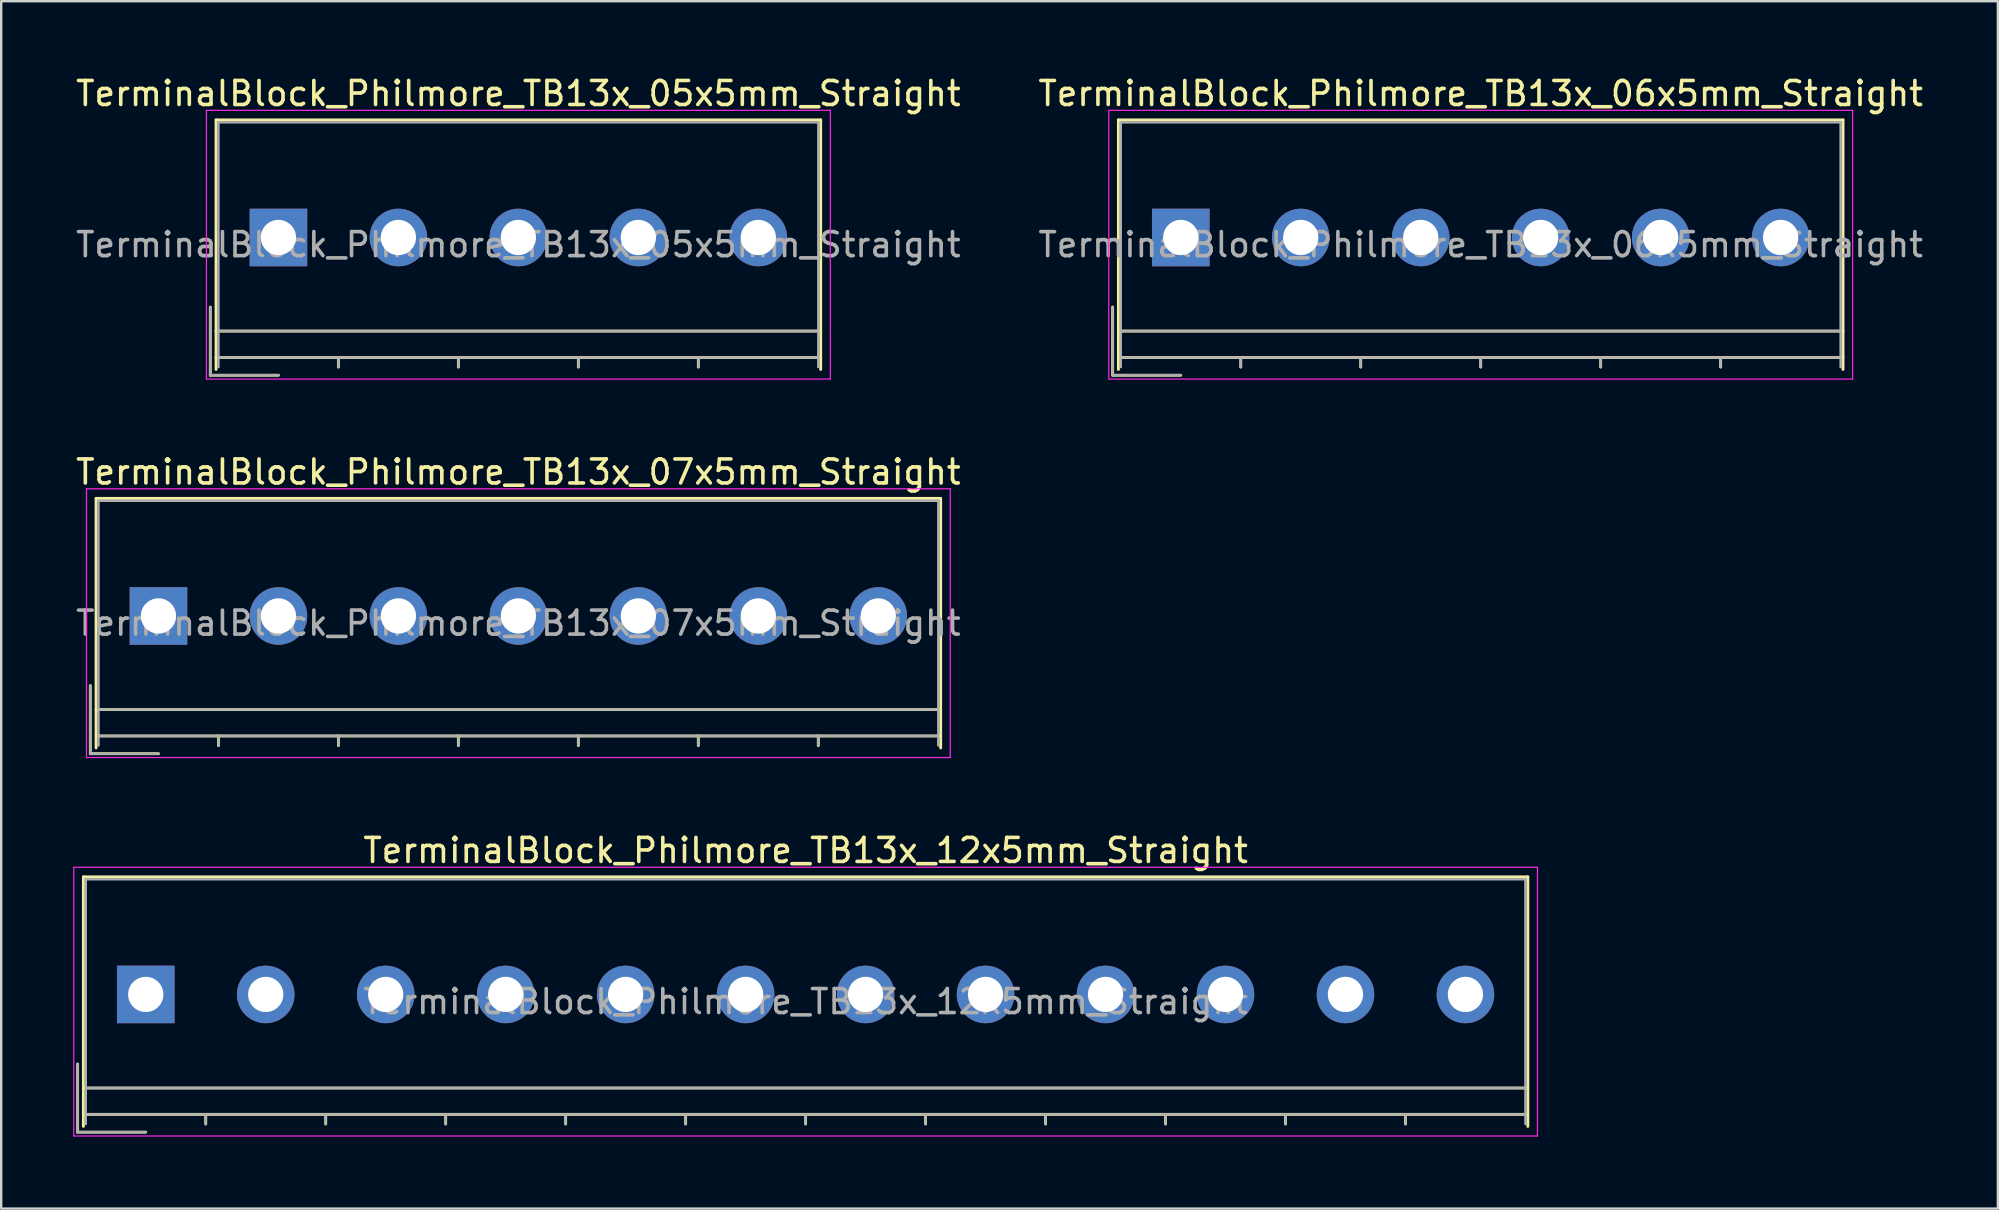
<source format=kicad_pcb>
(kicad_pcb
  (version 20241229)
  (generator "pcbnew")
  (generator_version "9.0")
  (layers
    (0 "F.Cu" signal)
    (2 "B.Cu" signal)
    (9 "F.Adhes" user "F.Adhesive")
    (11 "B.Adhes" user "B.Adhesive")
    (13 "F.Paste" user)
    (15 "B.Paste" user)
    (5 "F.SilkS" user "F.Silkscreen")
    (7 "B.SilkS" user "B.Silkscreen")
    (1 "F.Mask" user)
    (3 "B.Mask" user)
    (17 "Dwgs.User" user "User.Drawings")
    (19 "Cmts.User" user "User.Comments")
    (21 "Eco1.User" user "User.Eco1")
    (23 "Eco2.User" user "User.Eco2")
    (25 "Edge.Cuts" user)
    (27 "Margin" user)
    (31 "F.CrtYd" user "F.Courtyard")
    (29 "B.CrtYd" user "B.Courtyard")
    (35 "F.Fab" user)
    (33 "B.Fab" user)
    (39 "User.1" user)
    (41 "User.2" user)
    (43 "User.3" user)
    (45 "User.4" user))
  (footprint "TerminalBlock_Philmore_TB13x_05x5mm_Straight"
    (layer "F.Cu")
    (at 8.554 6.848)
    (property "Reference" "TerminalBlock_Philmore_TB13x_05x5mm_Straight" (at 10 -6 0) (layer "F.SilkS") (effects (font (size 1 1) (thickness 0.15))))
    (attr through_hole)
    (fp_line (start -2.84 2.9) (end -2.84 5.74) (stroke (width 0.12) (type solid)) (layer "F.SilkS"))
    (fp_line (start -2.84 5.74) (end 0 5.74) (stroke (width 0.12) (type solid)) (layer "F.SilkS"))
    (fp_line (start -2.6 -4.9) (end 22.6 -4.9) (stroke (width 0.12) (type solid)) (layer "F.SilkS"))
    (fp_line (start -2.6 3.9) (end 22.6 3.9) (stroke (width 0.12) (type solid)) (layer "F.SilkS"))
    (fp_line (start -2.6 5) (end 22.6 5) (stroke (width 0.12) (type solid)) (layer "F.SilkS"))
    (fp_line (start -2.6 5.5) (end -2.6 -4.9) (stroke (width 0.12) (type solid)) (layer "F.SilkS"))
    (fp_line (start 2.5 5) (end 2.5 5.4) (stroke (width 0.12) (type solid)) (layer "F.SilkS"))
    (fp_line (start 7.5 5) (end 7.5 5.4) (stroke (width 0.12) (type solid)) (layer "F.SilkS"))
    (fp_line (start 12.5 5) (end 12.5 5.4) (stroke (width 0.12) (type solid)) (layer "F.SilkS"))
    (fp_line (start 17.5 5) (end 17.5 5.4) (stroke (width 0.12) (type solid)) (layer "F.SilkS"))
    (fp_line (start 22.6 -4.9) (end 22.6 5.5) (stroke (width 0.12) (type solid)) (layer "F.SilkS"))
    (fp_line (start -3 -5.3) (end -3 5.9) (stroke (width 0.05) (type solid)) (layer "F.CrtYd"))
    (fp_line (start -3 5.9) (end 23 5.9) (stroke (width 0.05) (type solid)) (layer "F.CrtYd"))
    (fp_line (start 23 -5.3) (end -3 -5.3) (stroke (width 0.05) (type solid)) (layer "F.CrtYd"))
    (fp_line (start 23 5.9) (end 23 -5.3) (stroke (width 0.05) (type solid)) (layer "F.CrtYd"))
    (fp_line (start -2.84 2.9) (end -2.84 5.74) (stroke (width 0.1) (type solid)) (layer "F.Fab"))
    (fp_line (start -2.84 5.74) (end 0 5.74) (stroke (width 0.1) (type solid)) (layer "F.Fab"))
    (fp_line (start -2.5 -4.8) (end 22.5 -4.8) (stroke (width 0.1) (type solid)) (layer "F.Fab"))
    (fp_line (start -2.5 3.9) (end 22.5 3.9) (stroke (width 0.1) (type solid)) (layer "F.Fab"))
    (fp_line (start -2.5 5) (end 22.5 5) (stroke (width 0.1) (type solid)) (layer "F.Fab"))
    (fp_line (start -2.5 5.4) (end -2.5 -4.8) (stroke (width 0.1) (type solid)) (layer "F.Fab"))
    (fp_line (start 2.5 5) (end 2.5 5.4) (stroke (width 0.1) (type solid)) (layer "F.Fab"))
    (fp_line (start 7.5 5) (end 7.5 5.4) (stroke (width 0.1) (type solid)) (layer "F.Fab"))
    (fp_line (start 12.5 5) (end 12.5 5.4) (stroke (width 0.1) (type solid)) (layer "F.Fab"))
    (fp_line (start 17.5 5) (end 17.5 5.4) (stroke (width 0.1) (type solid)) (layer "F.Fab"))
    (fp_line (start 22.5 -4.8) (end 22.5 5.4) (stroke (width 0.1) (type solid)) (layer "F.Fab"))
    (fp_text user "${REFERENCE}" (at 10 0.3 0) (layer "F.Fab") (effects (font (size 1 1) (thickness 0.15))))
    (pad "1" thru_hole rect (at 0 0) (size 2.4 2.4) (drill 1.47) (layers "*.Cu" "*.Mask"))
    (pad "2" thru_hole circle (at 5 0) (size 2.4 2.4) (drill 1.47) (layers "*.Cu" "*.Mask"))
    (pad "3" thru_hole circle (at 10 0) (size 2.4 2.4) (drill 1.47) (layers "*.Cu" "*.Mask"))
    (pad "4" thru_hole circle (at 15 0) (size 2.4 2.4) (drill 1.47) (layers "*.Cu" "*.Mask"))
    (pad "5" thru_hole circle (at 20 0) (size 2.4 2.4) (drill 1.47) (layers "*.Cu" "*.Mask")))
  (footprint "TerminalBlock_Philmore_TB13x_07x5mm_Straight"
    (layer "F.Cu")
    (at 3.554 22.622)
    (property "Reference" "TerminalBlock_Philmore_TB13x_07x5mm_Straight" (at 15 -6 0) (layer "F.SilkS") (effects (font (size 1 1) (thickness 0.15))))
    (attr through_hole)
    (fp_line (start -2.84 2.9) (end -2.84 5.74) (stroke (width 0.12) (type solid)) (layer "F.SilkS"))
    (fp_line (start -2.84 5.74) (end 0 5.74) (stroke (width 0.12) (type solid)) (layer "F.SilkS"))
    (fp_line (start -2.6 -4.9) (end 32.6 -4.9) (stroke (width 0.12) (type solid)) (layer "F.SilkS"))
    (fp_line (start -2.6 3.9) (end 32.6 3.9) (stroke (width 0.12) (type solid)) (layer "F.SilkS"))
    (fp_line (start -2.6 5) (end 32.6 5) (stroke (width 0.12) (type solid)) (layer "F.SilkS"))
    (fp_line (start -2.6 5.5) (end -2.6 -4.9) (stroke (width 0.12) (type solid)) (layer "F.SilkS"))
    (fp_line (start 2.5 5) (end 2.5 5.4) (stroke (width 0.12) (type solid)) (layer "F.SilkS"))
    (fp_line (start 7.5 5) (end 7.5 5.4) (stroke (width 0.12) (type solid)) (layer "F.SilkS"))
    (fp_line (start 12.5 5) (end 12.5 5.4) (stroke (width 0.12) (type solid)) (layer "F.SilkS"))
    (fp_line (start 17.5 5) (end 17.5 5.4) (stroke (width 0.12) (type solid)) (layer "F.SilkS"))
    (fp_line (start 22.5 5) (end 22.5 5.4) (stroke (width 0.12) (type solid)) (layer "F.SilkS"))
    (fp_line (start 27.5 5) (end 27.5 5.4) (stroke (width 0.12) (type solid)) (layer "F.SilkS"))
    (fp_line (start 32.6 -4.9) (end 32.6 5.5) (stroke (width 0.12) (type solid)) (layer "F.SilkS"))
    (fp_line (start -3 -5.3) (end -3 5.9) (stroke (width 0.05) (type solid)) (layer "F.CrtYd"))
    (fp_line (start -3 5.9) (end 33 5.9) (stroke (width 0.05) (type solid)) (layer "F.CrtYd"))
    (fp_line (start 33 -5.3) (end -3 -5.3) (stroke (width 0.05) (type solid)) (layer "F.CrtYd"))
    (fp_line (start 33 5.9) (end 33 -5.3) (stroke (width 0.05) (type solid)) (layer "F.CrtYd"))
    (fp_line (start -2.84 2.9) (end -2.84 5.74) (stroke (width 0.1) (type solid)) (layer "F.Fab"))
    (fp_line (start -2.84 5.74) (end 0 5.74) (stroke (width 0.1) (type solid)) (layer "F.Fab"))
    (fp_line (start -2.5 -4.8) (end 32.5 -4.8) (stroke (width 0.1) (type solid)) (layer "F.Fab"))
    (fp_line (start -2.5 3.9) (end 32.5 3.9) (stroke (width 0.1) (type solid)) (layer "F.Fab"))
    (fp_line (start -2.5 5) (end 32.5 5) (stroke (width 0.1) (type solid)) (layer "F.Fab"))
    (fp_line (start -2.5 5.4) (end -2.5 -4.8) (stroke (width 0.1) (type solid)) (layer "F.Fab"))
    (fp_line (start 2.5 5) (end 2.5 5.4) (stroke (width 0.1) (type solid)) (layer "F.Fab"))
    (fp_line (start 7.5 5) (end 7.5 5.4) (stroke (width 0.1) (type solid)) (layer "F.Fab"))
    (fp_line (start 12.5 5) (end 12.5 5.4) (stroke (width 0.1) (type solid)) (layer "F.Fab"))
    (fp_line (start 17.5 5) (end 17.5 5.4) (stroke (width 0.1) (type solid)) (layer "F.Fab"))
    (fp_line (start 22.5 5) (end 22.5 5.4) (stroke (width 0.1) (type solid)) (layer "F.Fab"))
    (fp_line (start 27.5 5) (end 27.5 5.4) (stroke (width 0.1) (type solid)) (layer "F.Fab"))
    (fp_line (start 32.5 -4.8) (end 32.5 5.4) (stroke (width 0.1) (type solid)) (layer "F.Fab"))
    (fp_text user "${REFERENCE}" (at 15 0.3 0) (layer "F.Fab") (effects (font (size 1 1) (thickness 0.15))))
    (pad "1" thru_hole rect (at 0 0) (size 2.4 2.4) (drill 1.47) (layers "*.Cu" "*.Mask"))
    (pad "2" thru_hole circle (at 5 0) (size 2.4 2.4) (drill 1.47) (layers "*.Cu" "*.Mask"))
    (pad "3" thru_hole circle (at 10 0) (size 2.4 2.4) (drill 1.47) (layers "*.Cu" "*.Mask"))
    (pad "4" thru_hole circle (at 15 0) (size 2.4 2.4) (drill 1.47) (layers "*.Cu" "*.Mask"))
    (pad "5" thru_hole circle (at 20 0) (size 2.4 2.4) (drill 1.47) (layers "*.Cu" "*.Mask"))
    (pad "6" thru_hole circle (at 25 0) (size 2.4 2.4) (drill 1.47) (layers "*.Cu" "*.Mask"))
    (pad "7" thru_hole circle (at 30 0) (size 2.4 2.4) (drill 1.47) (layers "*.Cu" "*.Mask")))
  (footprint "TerminalBlock_Philmore_TB13x_12x5mm_Straight"
    (layer "F.Cu")
    (at 3.025 38.395)
    (property "Reference" "TerminalBlock_Philmore_TB13x_12x5mm_Straight" (at 27.5 -6 0) (layer "F.SilkS") (effects (font (size 1 1) (thickness 0.15))))
    (attr through_hole)
    (fp_line (start -2.84 2.9) (end -2.84 5.74) (stroke (width 0.12) (type solid)) (layer "F.SilkS"))
    (fp_line (start -2.84 5.74) (end 0 5.74) (stroke (width 0.12) (type solid)) (layer "F.SilkS"))
    (fp_line (start -2.6 -4.9) (end 57.6 -4.9) (stroke (width 0.12) (type solid)) (layer "F.SilkS"))
    (fp_line (start -2.6 3.9) (end 57.6 3.9) (stroke (width 0.12) (type solid)) (layer "F.SilkS"))
    (fp_line (start -2.6 5) (end 57.6 5) (stroke (width 0.12) (type solid)) (layer "F.SilkS"))
    (fp_line (start -2.6 5.5) (end -2.6 -4.9) (stroke (width 0.12) (type solid)) (layer "F.SilkS"))
    (fp_line (start 2.5 5) (end 2.5 5.4) (stroke (width 0.12) (type solid)) (layer "F.SilkS"))
    (fp_line (start 7.5 5) (end 7.5 5.4) (stroke (width 0.12) (type solid)) (layer "F.SilkS"))
    (fp_line (start 12.5 5) (end 12.5 5.4) (stroke (width 0.12) (type solid)) (layer "F.SilkS"))
    (fp_line (start 17.5 5) (end 17.5 5.4) (stroke (width 0.12) (type solid)) (layer "F.SilkS"))
    (fp_line (start 22.5 5) (end 22.5 5.4) (stroke (width 0.12) (type solid)) (layer "F.SilkS"))
    (fp_line (start 27.5 5) (end 27.5 5.4) (stroke (width 0.12) (type solid)) (layer "F.SilkS"))
    (fp_line (start 32.5 5) (end 32.5 5.4) (stroke (width 0.12) (type solid)) (layer "F.SilkS"))
    (fp_line (start 37.5 5) (end 37.5 5.4) (stroke (width 0.12) (type solid)) (layer "F.SilkS"))
    (fp_line (start 42.5 5) (end 42.5 5.4) (stroke (width 0.12) (type solid)) (layer "F.SilkS"))
    (fp_line (start 47.5 5) (end 47.5 5.4) (stroke (width 0.12) (type solid)) (layer "F.SilkS"))
    (fp_line (start 52.5 5) (end 52.5 5.4) (stroke (width 0.12) (type solid)) (layer "F.SilkS"))
    (fp_line (start 57.6 -4.9) (end 57.6 5.5) (stroke (width 0.12) (type solid)) (layer "F.SilkS"))
    (fp_line (start -3 -5.3) (end -3 5.9) (stroke (width 0.05) (type solid)) (layer "F.CrtYd"))
    (fp_line (start -3 5.9) (end 58 5.9) (stroke (width 0.05) (type solid)) (layer "F.CrtYd"))
    (fp_line (start 58 -5.3) (end -3 -5.3) (stroke (width 0.05) (type solid)) (layer "F.CrtYd"))
    (fp_line (start 58 5.9) (end 58 -5.3) (stroke (width 0.05) (type solid)) (layer "F.CrtYd"))
    (fp_line (start -2.84 2.9) (end -2.84 5.74) (stroke (width 0.1) (type solid)) (layer "F.Fab"))
    (fp_line (start -2.84 5.74) (end 0 5.74) (stroke (width 0.1) (type solid)) (layer "F.Fab"))
    (fp_line (start -2.5 -4.8) (end 57.5 -4.8) (stroke (width 0.1) (type solid)) (layer "F.Fab"))
    (fp_line (start -2.5 3.9) (end 57.5 3.9) (stroke (width 0.1) (type solid)) (layer "F.Fab"))
    (fp_line (start -2.5 5) (end 57.5 5) (stroke (width 0.1) (type solid)) (layer "F.Fab"))
    (fp_line (start -2.5 5.4) (end -2.5 -4.8) (stroke (width 0.1) (type solid)) (layer "F.Fab"))
    (fp_line (start 2.5 5) (end 2.5 5.4) (stroke (width 0.1) (type solid)) (layer "F.Fab"))
    (fp_line (start 7.5 5) (end 7.5 5.4) (stroke (width 0.1) (type solid)) (layer "F.Fab"))
    (fp_line (start 12.5 5) (end 12.5 5.4) (stroke (width 0.1) (type solid)) (layer "F.Fab"))
    (fp_line (start 17.5 5) (end 17.5 5.4) (stroke (width 0.1) (type solid)) (layer "F.Fab"))
    (fp_line (start 22.5 5) (end 22.5 5.4) (stroke (width 0.1) (type solid)) (layer "F.Fab"))
    (fp_line (start 27.5 5) (end 27.5 5.4) (stroke (width 0.1) (type solid)) (layer "F.Fab"))
    (fp_line (start 32.5 5) (end 32.5 5.4) (stroke (width 0.1) (type solid)) (layer "F.Fab"))
    (fp_line (start 37.5 5) (end 37.5 5.4) (stroke (width 0.1) (type solid)) (layer "F.Fab"))
    (fp_line (start 42.5 5) (end 42.5 5.4) (stroke (width 0.1) (type solid)) (layer "F.Fab"))
    (fp_line (start 47.5 5) (end 47.5 5.4) (stroke (width 0.1) (type solid)) (layer "F.Fab"))
    (fp_line (start 52.5 5) (end 52.5 5.4) (stroke (width 0.1) (type solid)) (layer "F.Fab"))
    (fp_line (start 57.5 -4.8) (end 57.5 5.4) (stroke (width 0.1) (type solid)) (layer "F.Fab"))
    (fp_text user "${REFERENCE}" (at 27.5 0.3 0) (layer "F.Fab") (effects (font (size 1 1) (thickness 0.15))))
    (pad "1" thru_hole rect (at 0 0) (size 2.4 2.4) (drill 1.47) (layers "*.Cu" "*.Mask"))
    (pad "2" thru_hole circle (at 5 0) (size 2.4 2.4) (drill 1.47) (layers "*.Cu" "*.Mask"))
    (pad "3" thru_hole circle (at 10 0) (size 2.4 2.4) (drill 1.47) (layers "*.Cu" "*.Mask"))
    (pad "4" thru_hole circle (at 15 0) (size 2.4 2.4) (drill 1.47) (layers "*.Cu" "*.Mask"))
    (pad "5" thru_hole circle (at 20 0) (size 2.4 2.4) (drill 1.47) (layers "*.Cu" "*.Mask"))
    (pad "6" thru_hole circle (at 25 0) (size 2.4 2.4) (drill 1.47) (layers "*.Cu" "*.Mask"))
    (pad "7" thru_hole circle (at 30 0) (size 2.4 2.4) (drill 1.47) (layers "*.Cu" "*.Mask"))
    (pad "8" thru_hole circle (at 35 0) (size 2.4 2.4) (drill 1.47) (layers "*.Cu" "*.Mask"))
    (pad "9" thru_hole circle (at 40 0) (size 2.4 2.4) (drill 1.47) (layers "*.Cu" "*.Mask"))
    (pad "10" thru_hole circle (at 45 0) (size 2.4 2.4) (drill 1.47) (layers "*.Cu" "*.Mask"))
    (pad "11" thru_hole circle (at 50 0) (size 2.4 2.4) (drill 1.47) (layers "*.Cu" "*.Mask"))
    (pad "12" thru_hole circle (at 55 0) (size 2.4 2.4) (drill 1.47) (layers "*.Cu" "*.Mask")))
  (footprint "TerminalBlock_Philmore_TB13x_06x5mm_Straight"
    (layer "F.Cu")
    (at 46.161 6.848)
    (property "Reference" "TerminalBlock_Philmore_TB13x_06x5mm_Straight" (at 12.5 -6 0) (layer "F.SilkS") (effects (font (size 1 1) (thickness 0.15))))
    (attr through_hole)
    (fp_line (start -2.84 2.9) (end -2.84 5.74) (stroke (width 0.12) (type solid)) (layer "F.SilkS"))
    (fp_line (start -2.84 5.74) (end 0 5.74) (stroke (width 0.12) (type solid)) (layer "F.SilkS"))
    (fp_line (start -2.6 -4.9) (end 27.6 -4.9) (stroke (width 0.12) (type solid)) (layer "F.SilkS"))
    (fp_line (start -2.6 3.9) (end 27.6 3.9) (stroke (width 0.12) (type solid)) (layer "F.SilkS"))
    (fp_line (start -2.6 5) (end 27.6 5) (stroke (width 0.12) (type solid)) (layer "F.SilkS"))
    (fp_line (start -2.6 5.5) (end -2.6 -4.9) (stroke (width 0.12) (type solid)) (layer "F.SilkS"))
    (fp_line (start 2.5 5) (end 2.5 5.4) (stroke (width 0.12) (type solid)) (layer "F.SilkS"))
    (fp_line (start 7.5 5) (end 7.5 5.4) (stroke (width 0.12) (type solid)) (layer "F.SilkS"))
    (fp_line (start 12.5 5) (end 12.5 5.4) (stroke (width 0.12) (type solid)) (layer "F.SilkS"))
    (fp_line (start 17.5 5) (end 17.5 5.4) (stroke (width 0.12) (type solid)) (layer "F.SilkS"))
    (fp_line (start 22.5 5) (end 22.5 5.4) (stroke (width 0.12) (type solid)) (layer "F.SilkS"))
    (fp_line (start 27.6 -4.9) (end 27.6 5.5) (stroke (width 0.12) (type solid)) (layer "F.SilkS"))
    (fp_line (start -3 -5.3) (end -3 5.9) (stroke (width 0.05) (type solid)) (layer "F.CrtYd"))
    (fp_line (start -3 5.9) (end 28 5.9) (stroke (width 0.05) (type solid)) (layer "F.CrtYd"))
    (fp_line (start 28 -5.3) (end -3 -5.3) (stroke (width 0.05) (type solid)) (layer "F.CrtYd"))
    (fp_line (start 28 5.9) (end 28 -5.3) (stroke (width 0.05) (type solid)) (layer "F.CrtYd"))
    (fp_line (start -2.84 2.9) (end -2.84 5.74) (stroke (width 0.1) (type solid)) (layer "F.Fab"))
    (fp_line (start -2.84 5.74) (end 0 5.74) (stroke (width 0.1) (type solid)) (layer "F.Fab"))
    (fp_line (start -2.5 -4.8) (end 27.5 -4.8) (stroke (width 0.1) (type solid)) (layer "F.Fab"))
    (fp_line (start -2.5 3.9) (end 27.5 3.9) (stroke (width 0.1) (type solid)) (layer "F.Fab"))
    (fp_line (start -2.5 5) (end 27.5 5) (stroke (width 0.1) (type solid)) (layer "F.Fab"))
    (fp_line (start -2.5 5.4) (end -2.5 -4.8) (stroke (width 0.1) (type solid)) (layer "F.Fab"))
    (fp_line (start 2.5 5) (end 2.5 5.4) (stroke (width 0.1) (type solid)) (layer "F.Fab"))
    (fp_line (start 7.5 5) (end 7.5 5.4) (stroke (width 0.1) (type solid)) (layer "F.Fab"))
    (fp_line (start 12.5 5) (end 12.5 5.4) (stroke (width 0.1) (type solid)) (layer "F.Fab"))
    (fp_line (start 17.5 5) (end 17.5 5.4) (stroke (width 0.1) (type solid)) (layer "F.Fab"))
    (fp_line (start 22.5 5) (end 22.5 5.4) (stroke (width 0.1) (type solid)) (layer "F.Fab"))
    (fp_line (start 27.5 -4.8) (end 27.5 5.4) (stroke (width 0.1) (type solid)) (layer "F.Fab"))
    (fp_text user "${REFERENCE}" (at 12.5 0.3 0) (layer "F.Fab") (effects (font (size 1 1) (thickness 0.15))))
    (pad "1" thru_hole rect (at 0 0) (size 2.4 2.4) (drill 1.47) (layers "*.Cu" "*.Mask"))
    (pad "2" thru_hole circle (at 5 0) (size 2.4 2.4) (drill 1.47) (layers "*.Cu" "*.Mask"))
    (pad "3" thru_hole circle (at 10 0) (size 2.4 2.4) (drill 1.47) (layers "*.Cu" "*.Mask"))
    (pad "4" thru_hole circle (at 15 0) (size 2.4 2.4) (drill 1.47) (layers "*.Cu" "*.Mask"))
    (pad "5" thru_hole circle (at 20 0) (size 2.4 2.4) (drill 1.47) (layers "*.Cu" "*.Mask"))
    (pad "6" thru_hole circle (at 25 0) (size 2.4 2.4) (drill 1.47) (layers "*.Cu" "*.Mask")))
  (gr_rect
    (start -3 -3)
    (end 80.214 47.32)
    (stroke (width 0.1) (type default))
    (fill no)
    (layer "Edge.Cuts")))
</source>
